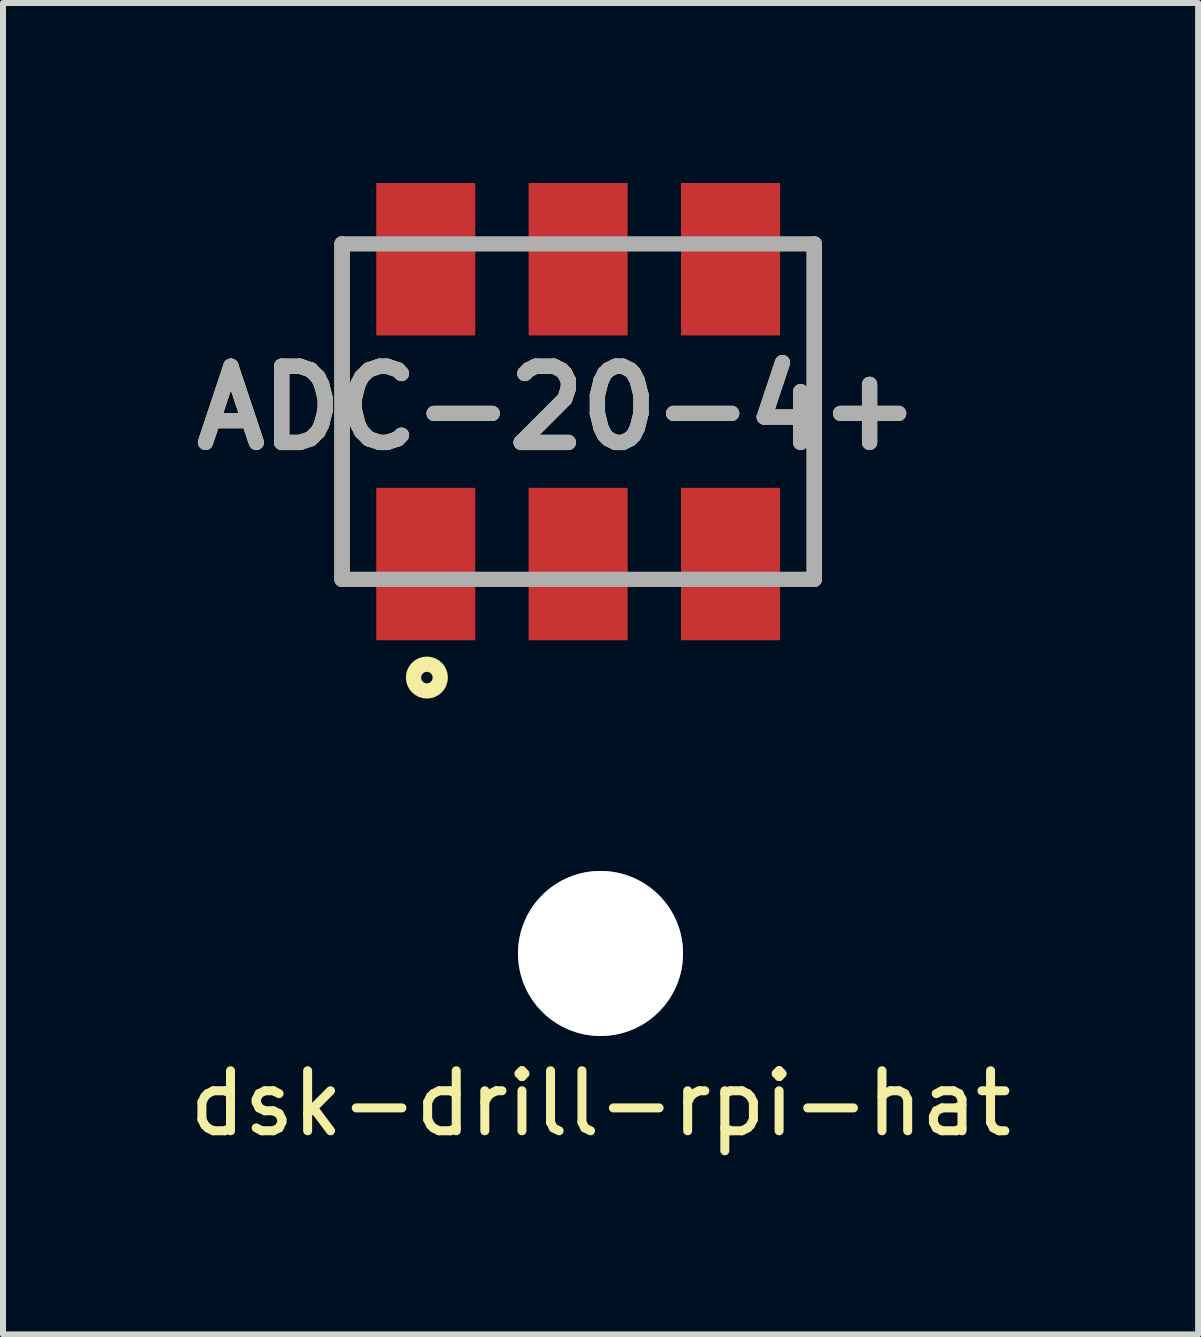
<source format=kicad_pcb>
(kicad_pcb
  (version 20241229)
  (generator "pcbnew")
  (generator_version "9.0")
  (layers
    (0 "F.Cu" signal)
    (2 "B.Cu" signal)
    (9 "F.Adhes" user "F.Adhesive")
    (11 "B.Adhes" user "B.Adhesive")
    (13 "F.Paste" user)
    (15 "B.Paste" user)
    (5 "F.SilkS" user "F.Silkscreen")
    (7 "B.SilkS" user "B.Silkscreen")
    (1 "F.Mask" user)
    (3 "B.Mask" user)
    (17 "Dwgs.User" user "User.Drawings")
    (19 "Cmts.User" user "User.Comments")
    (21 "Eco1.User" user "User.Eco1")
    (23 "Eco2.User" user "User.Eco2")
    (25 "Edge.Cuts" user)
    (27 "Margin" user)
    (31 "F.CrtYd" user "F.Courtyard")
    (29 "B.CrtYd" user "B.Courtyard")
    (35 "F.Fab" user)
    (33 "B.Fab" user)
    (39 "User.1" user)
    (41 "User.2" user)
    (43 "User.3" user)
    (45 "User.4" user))
  (footprint "ADC-20-4+"
    (layer "F.Cu")
    (at 6.585 3.81)
    (property "Reference" "ADC-20-4+" (at -0.344 -0.061 0) (layer "F.SilkS") (effects (font (size 1.27 1.27) (thickness 0.254))))
    (attr smd)
    (fp_line (start -3.935 2.795) (end -3.935 -2.795) (stroke (width 0.254) (type solid)) (layer "F.SilkS"))
    (fp_line (start 3.935 -2.795) (end 3.935 2.795) (stroke (width 0.254) (type solid)) (layer "F.SilkS"))
    (fp_circle (center -2.521 4.432) (end -2.521 4.528) (stroke (width 0.254) (type solid)) (fill no) (layer "F.SilkS"))
    (fp_line (start -3.935 -2.795) (end 3.935 -2.795) (stroke (width 0.254) (type solid)) (layer "F.Fab"))
    (fp_line (start -3.935 2.795) (end -3.935 -2.795) (stroke (width 0.254) (type solid)) (layer "F.Fab"))
    (fp_line (start 3.935 -2.795) (end 3.935 2.795) (stroke (width 0.254) (type solid)) (layer "F.Fab"))
    (fp_line (start 3.935 2.795) (end -3.935 2.795) (stroke (width 0.254) (type solid)) (layer "F.Fab"))
    (fp_text user "${REFERENCE}" (at -0.344 -0.061 0) (layer "F.Fab") (effects (font (size 1.27 1.27) (thickness 0.254))))
    (pad "1" smd rect (at -2.54 2.54) (size 1.65 2.54) (layers "F.Cu" "F.Mask" "F.Paste"))
    (pad "2" smd rect (at 0 2.54) (size 1.65 2.54) (layers "F.Cu" "F.Mask" "F.Paste"))
    (pad "3" smd rect (at 2.54 2.54) (size 1.65 2.54) (layers "F.Cu" "F.Mask" "F.Paste"))
    (pad "4" smd rect (at 2.54 -2.54) (size 1.65 2.54) (layers "F.Cu" "F.Mask" "F.Paste"))
    (pad "5" smd rect (at 0 -2.54) (size 1.65 2.54) (layers "F.Cu" "F.Mask" "F.Paste"))
    (pad "6" smd rect (at -2.54 -2.54) (size 1.65 2.54) (layers "F.Cu" "F.Mask" "F.Paste")))
  (footprint "dsk-drill-rpi-hat"
    (layer "F.Cu")
    (at 6.958 12.84)
    (property "Reference" "dsk-drill-rpi-hat" (at 0 2.5 0) (layer "F.SilkS") (effects (font (size 1 1) (thickness 0.15))))
    (attr through_hole)
    (pad "1" thru_hole circle (at 0 0) (size 2.75 2.75) (drill 2.75) (layers "*.Cu")))
  (gr_rect
    (start -3 -3)
    (end 16.917 19.188)
    (stroke (width 0.1) (type default))
    (fill no)
    (layer "Edge.Cuts")))
</source>
